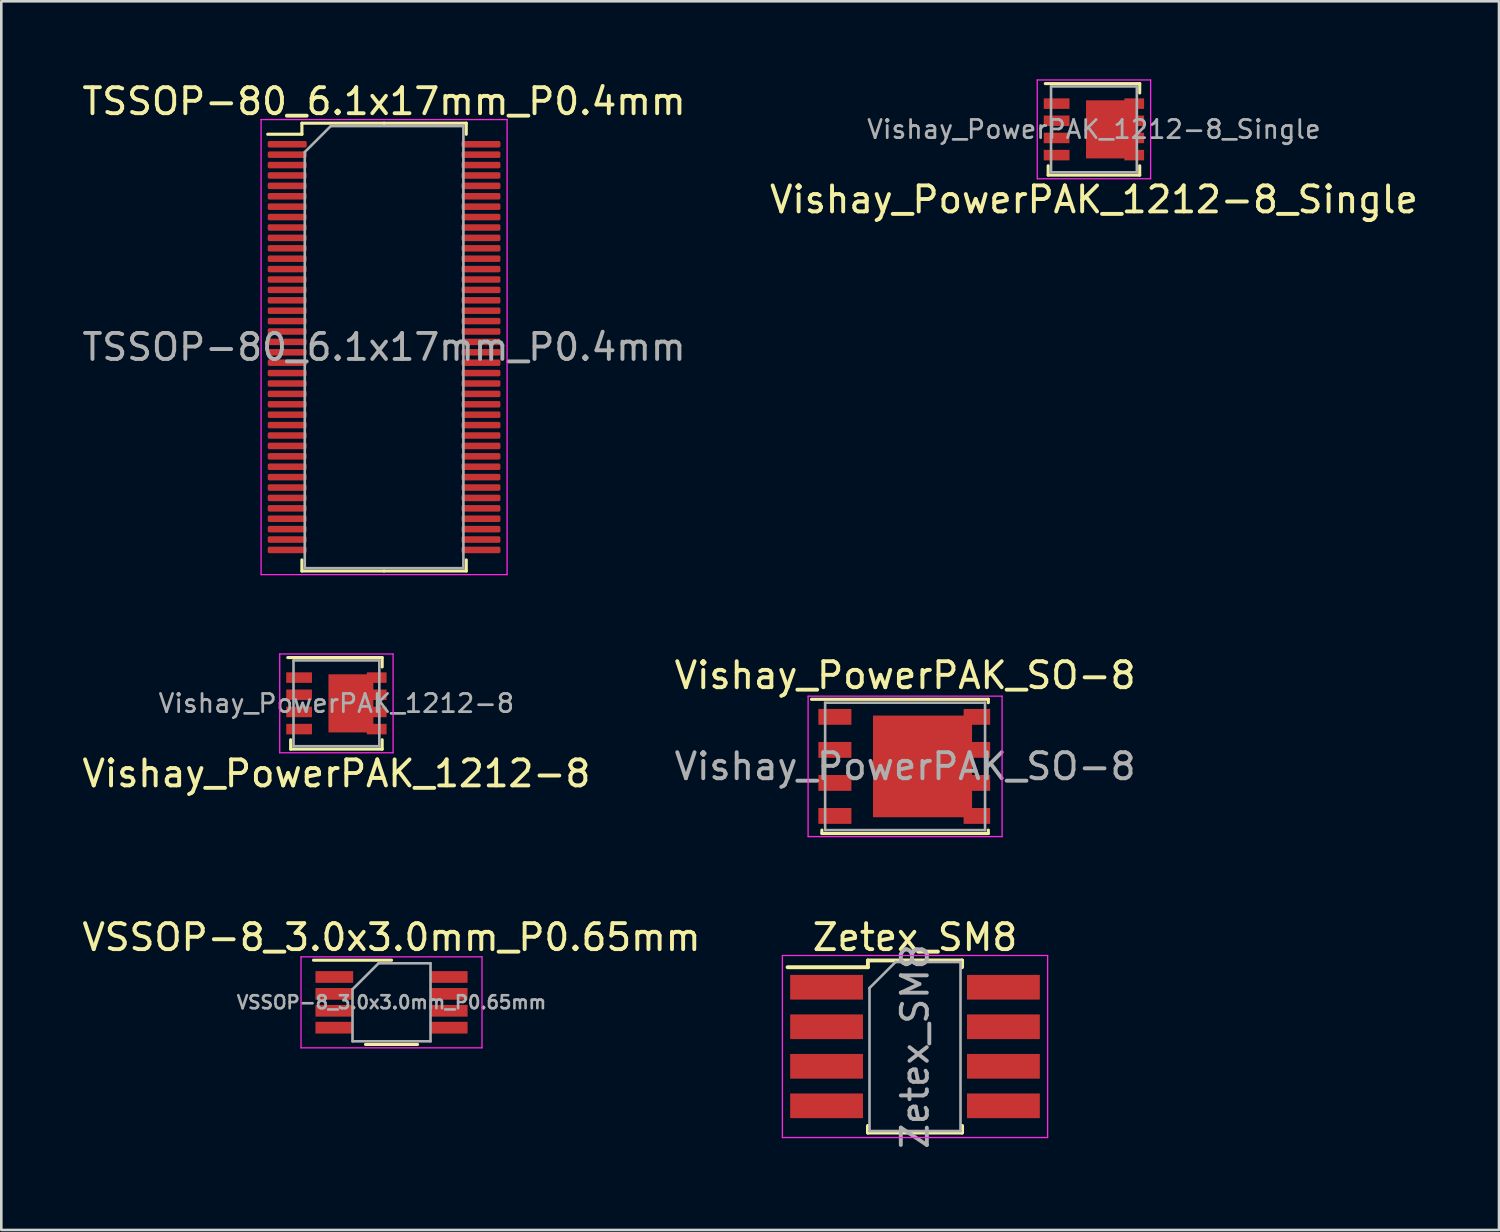
<source format=kicad_pcb>
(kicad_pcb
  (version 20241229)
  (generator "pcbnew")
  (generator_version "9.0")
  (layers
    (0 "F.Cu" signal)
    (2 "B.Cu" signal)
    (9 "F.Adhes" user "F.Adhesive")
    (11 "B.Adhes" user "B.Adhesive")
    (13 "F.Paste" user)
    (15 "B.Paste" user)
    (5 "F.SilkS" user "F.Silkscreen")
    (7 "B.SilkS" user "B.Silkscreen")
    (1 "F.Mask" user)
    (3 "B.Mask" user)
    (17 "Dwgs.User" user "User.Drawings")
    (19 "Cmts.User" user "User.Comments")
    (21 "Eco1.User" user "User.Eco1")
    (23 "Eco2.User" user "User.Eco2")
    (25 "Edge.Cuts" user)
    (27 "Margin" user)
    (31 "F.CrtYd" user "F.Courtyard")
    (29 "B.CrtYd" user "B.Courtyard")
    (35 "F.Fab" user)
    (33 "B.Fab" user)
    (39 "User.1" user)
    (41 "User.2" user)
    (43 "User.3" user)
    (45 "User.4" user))
  (footprint "Vishay_PowerPAK_1212-8_Single"
    (layer "F.Cu")
    (at 39.018 1.925)
    (property "Reference" "Vishay_PowerPAK_1212-8_Single" (at 0 2.7 0) (layer "F.SilkS") (effects (font (size 1 1) (thickness 0.15))))
    (attr smd)
    (fp_line (start -1.87 -1.76) (end 1.76 -1.76) (stroke (width 0.12) (type solid)) (layer "F.SilkS"))
    (fp_line (start -1.76 1.4) (end -1.76 1.76) (stroke (width 0.12) (type solid)) (layer "F.SilkS"))
    (fp_line (start -1.76 1.76) (end 1.76 1.76) (stroke (width 0.12) (type solid)) (layer "F.SilkS"))
    (fp_line (start 1.76 -1.76) (end 1.76 -1.4) (stroke (width 0.12) (type solid)) (layer "F.SilkS"))
    (fp_line (start 1.76 1.4) (end 1.76 1.76) (stroke (width 0.12) (type solid)) (layer "F.SilkS"))
    (fp_line (start -2.18 -1.9) (end -2.18 1.9) (stroke (width 0.05) (type solid)) (layer "F.CrtYd"))
    (fp_line (start -2.18 -1.9) (end 2.18 -1.9) (stroke (width 0.05) (type solid)) (layer "F.CrtYd"))
    (fp_line (start -2.18 1.9) (end 2.18 1.9) (stroke (width 0.05) (type solid)) (layer "F.CrtYd"))
    (fp_line (start 2.18 -1.9) (end 2.18 1.9) (stroke (width 0.05) (type solid)) (layer "F.CrtYd"))
    (fp_line (start -1.65 -1.65) (end -1.65 1.65) (stroke (width 0.1) (type solid)) (layer "F.Fab"))
    (fp_line (start -1.65 -1.65) (end 1.65 -1.65) (stroke (width 0.1) (type solid)) (layer "F.Fab"))
    (fp_line (start -1.65 1.65) (end 1.65 1.65) (stroke (width 0.1) (type solid)) (layer "F.Fab"))
    (fp_line (start 1.65 -1.65) (end 1.65 1.65) (stroke (width 0.1) (type solid)) (layer "F.Fab"))
    (fp_text user "${REFERENCE}" (at 0 0 0) (layer "F.Fab") (effects (font (size 0.7 0.7) (thickness 0.105))))
    (pad "1" smd rect (at -1.435 -0.99) (size 0.99 0.405) (layers "F.Cu" "F.Mask" "F.Paste"))
    (pad "2" smd rect (at -1.435 -0.33) (size 0.99 0.405) (layers "F.Cu" "F.Mask" "F.Paste"))
    (pad "3" smd rect (at -1.435 0.33) (size 0.99 0.405) (layers "F.Cu" "F.Mask" "F.Paste"))
    (pad "4" smd rect (at -1.435 0.99) (size 0.99 0.405) (layers "F.Cu" "F.Mask" "F.Paste"))
    (pad "5" smd custom (at 0.812 0) (size 1.725 2.235) (layers "F.Cu" "F.Mask" "F.Paste") (options (anchor rect)) (primitives (gr_poly (pts (xy -1.117 -1.117) (xy -1.117 1.117) (xy 0.357 1.117) (xy 0.357 1.192) (xy 1.117 1.192) (xy 1.117 0.787) (xy 0.608 0.787) (xy 0.608 0.532) (xy 1.117 0.532) (xy 1.117 0.128) (xy 0.608 0.128) (xy 0.608 -0.128) (xy 1.117 -0.128) (xy 1.117 -0.532) (xy 0.608 -0.532) (xy 0.608 -0.787) (xy 1.117 -0.787) (xy 1.117 -1.192) (xy 0.357 -1.192) (xy 0.357 -1.117)) (width 0) (fill yes)))))
  (footprint "Vishay_PowerPAK_1212-8"
    (layer "F.Cu")
    (at 9.887 23.998)
    (property "Reference" "Vishay_PowerPAK_1212-8" (at 0 2.7 0) (layer "F.SilkS") (effects (font (size 1 1) (thickness 0.15))))
    (attr smd)
    (fp_line (start -1.87 -1.76) (end 1.76 -1.76) (stroke (width 0.12) (type solid)) (layer "F.SilkS"))
    (fp_line (start -1.76 1.4) (end -1.76 1.76) (stroke (width 0.12) (type solid)) (layer "F.SilkS"))
    (fp_line (start -1.76 1.76) (end 1.76 1.76) (stroke (width 0.12) (type solid)) (layer "F.SilkS"))
    (fp_line (start 1.76 -1.76) (end 1.76 -1.4) (stroke (width 0.12) (type solid)) (layer "F.SilkS"))
    (fp_line (start 1.76 1.4) (end 1.76 1.76) (stroke (width 0.12) (type solid)) (layer "F.SilkS"))
    (fp_line (start -2.18 -1.9) (end -2.18 1.9) (stroke (width 0.05) (type solid)) (layer "F.CrtYd"))
    (fp_line (start -2.18 -1.9) (end 2.18 -1.9) (stroke (width 0.05) (type solid)) (layer "F.CrtYd"))
    (fp_line (start -2.18 1.9) (end 2.18 1.9) (stroke (width 0.05) (type solid)) (layer "F.CrtYd"))
    (fp_line (start 2.18 -1.9) (end 2.18 1.9) (stroke (width 0.05) (type solid)) (layer "F.CrtYd"))
    (fp_line (start -1.65 -1.65) (end -1.65 1.65) (stroke (width 0.1) (type solid)) (layer "F.Fab"))
    (fp_line (start -1.65 -1.65) (end 1.65 -1.65) (stroke (width 0.1) (type solid)) (layer "F.Fab"))
    (fp_line (start -1.65 1.65) (end 1.65 1.65) (stroke (width 0.1) (type solid)) (layer "F.Fab"))
    (fp_line (start 1.65 -1.65) (end 1.65 1.65) (stroke (width 0.1) (type solid)) (layer "F.Fab"))
    (fp_text user "${REFERENCE}" (at 0 0 0) (layer "F.Fab") (effects (font (size 0.7 0.7) (thickness 0.105))))
    (pad "1" smd rect (at -1.435 -0.99) (size 0.99 0.405) (layers "F.Cu" "F.Mask" "F.Paste"))
    (pad "2" smd rect (at -1.435 -0.33) (size 0.99 0.405) (layers "F.Cu" "F.Mask" "F.Paste"))
    (pad "3" smd rect (at -1.435 0.33) (size 0.99 0.405) (layers "F.Cu" "F.Mask" "F.Paste"))
    (pad "4" smd rect (at -1.435 0.99) (size 0.99 0.405) (layers "F.Cu" "F.Mask" "F.Paste"))
    (pad "5" smd rect (at 0.557 0) (size 1.725 2.235) (layers "F.Cu" "F.Mask" "F.Paste"))
    (pad "5" smd rect (at 1.55 -0.99) (size 0.76 0.405) (layers "F.Cu" "F.Mask" "F.Paste"))
    (pad "5" smd rect (at 1.55 -0.33) (size 0.76 0.405) (layers "F.Cu" "F.Mask" "F.Paste"))
    (pad "5" smd rect (at 1.55 0.33) (size 0.76 0.405) (layers "F.Cu" "F.Mask" "F.Paste"))
    (pad "5" smd rect (at 1.55 0.99) (size 0.76 0.405) (layers "F.Cu" "F.Mask" "F.Paste")))
  (footprint "Zetex_SM8"
    (layer "F.Cu")
    (at 32.137 37.195)
    (property "Reference" "Zetex_SM8" (at 0 -4.2 0) (layer "F.SilkS") (effects (font (size 1 1) (thickness 0.15))))
    (attr smd)
    (fp_line (start -1.81 -3.31) (end -1.81 -3.05) (stroke (width 0.15) (type solid)) (layer "F.SilkS"))
    (fp_line (start -1.81 -3.31) (end 1.81 -3.31) (stroke (width 0.15) (type solid)) (layer "F.SilkS"))
    (fp_line (start -1.81 -3.05) (end -4.9 -3.05) (stroke (width 0.15) (type solid)) (layer "F.SilkS"))
    (fp_line (start -1.81 3.31) (end -1.81 3.05) (stroke (width 0.15) (type solid)) (layer "F.SilkS"))
    (fp_line (start -1.81 3.31) (end 1.81 3.31) (stroke (width 0.15) (type solid)) (layer "F.SilkS"))
    (fp_line (start 1.81 -3.31) (end 1.81 -3.05) (stroke (width 0.15) (type solid)) (layer "F.SilkS"))
    (fp_line (start 1.81 3.31) (end 1.81 3.05) (stroke (width 0.15) (type solid)) (layer "F.SilkS"))
    (fp_line (start -5.1 -3.5) (end -5.1 3.5) (stroke (width 0.05) (type solid)) (layer "F.CrtYd"))
    (fp_line (start -5.1 -3.5) (end 5.1 -3.5) (stroke (width 0.05) (type solid)) (layer "F.CrtYd"))
    (fp_line (start -5.1 3.5) (end 5.1 3.5) (stroke (width 0.05) (type solid)) (layer "F.CrtYd"))
    (fp_line (start 5.1 -3.5) (end 5.1 3.5) (stroke (width 0.05) (type solid)) (layer "F.CrtYd"))
    (fp_line (start -1.75 -2.25) (end -0.75 -3.25) (stroke (width 0.1) (type solid)) (layer "F.Fab"))
    (fp_line (start -1.75 3.25) (end -1.75 -2.25) (stroke (width 0.1) (type solid)) (layer "F.Fab"))
    (fp_line (start -0.75 -3.25) (end 1.75 -3.25) (stroke (width 0.1) (type solid)) (layer "F.Fab"))
    (fp_line (start 1.75 -3.25) (end 1.75 3.25) (stroke (width 0.1) (type solid)) (layer "F.Fab"))
    (fp_line (start 1.75 3.25) (end -1.75 3.25) (stroke (width 0.1) (type solid)) (layer "F.Fab"))
    (fp_text user "${REFERENCE}" (at 0 0 90) (layer "F.Fab") (effects (font (size 1 1) (thickness 0.15))))
    (pad "1" smd rect (at -3.4 -2.28) (size 2.8 0.95) (layers "F.Cu" "F.Mask" "F.Paste"))
    (pad "2" smd rect (at -3.4 -0.76) (size 2.8 0.95) (layers "F.Cu" "F.Mask" "F.Paste"))
    (pad "3" smd rect (at -3.4 0.76) (size 2.8 0.95) (layers "F.Cu" "F.Mask" "F.Paste"))
    (pad "4" smd rect (at -3.4 2.28) (size 2.8 0.95) (layers "F.Cu" "F.Mask" "F.Paste"))
    (pad "5" smd rect (at 3.4 2.28) (size 2.8 0.95) (layers "F.Cu" "F.Mask" "F.Paste"))
    (pad "6" smd rect (at 3.4 0.76) (size 2.8 0.95) (layers "F.Cu" "F.Mask" "F.Paste"))
    (pad "7" smd rect (at 3.4 -0.76) (size 2.8 0.95) (layers "F.Cu" "F.Mask" "F.Paste"))
    (pad "8" smd rect (at 3.4 -2.28) (size 2.8 0.95) (layers "F.Cu" "F.Mask" "F.Paste")))
  (footprint "Vishay_PowerPAK_SO-8"
    (layer "F.Cu")
    (at 31.756 26.422)
    (property "Reference" "Vishay_PowerPAK_SO-8" (at 0 -3.5 0) (layer "F.SilkS") (effects (font (size 1 1) (thickness 0.15))))
    (attr smd)
    (fp_line (start -3.6 -2.58) (end 3.2 -2.58) (stroke (width 0.12) (type solid)) (layer "F.SilkS"))
    (fp_line (start -3.2 2.575) (end -3.2 2.45) (stroke (width 0.12) (type solid)) (layer "F.SilkS"))
    (fp_line (start -3.2 2.58) (end 3.2 2.58) (stroke (width 0.12) (type solid)) (layer "F.SilkS"))
    (fp_line (start 3.2 -2.58) (end 3.2 -2.45) (stroke (width 0.12) (type solid)) (layer "F.SilkS"))
    (fp_line (start 3.2 2.575) (end 3.2 2.45) (stroke (width 0.12) (type solid)) (layer "F.SilkS"))
    (fp_line (start -3.73 -2.7) (end -3.73 2.7) (stroke (width 0.05) (type solid)) (layer "F.CrtYd"))
    (fp_line (start -3.73 -2.7) (end 3.73 -2.7) (stroke (width 0.05) (type solid)) (layer "F.CrtYd"))
    (fp_line (start -3.73 2.7) (end 3.73 2.7) (stroke (width 0.05) (type solid)) (layer "F.CrtYd"))
    (fp_line (start 3.73 -2.7) (end 3.73 2.7) (stroke (width 0.05) (type solid)) (layer "F.CrtYd"))
    (fp_line (start -3.075 -2.45) (end -3.075 2.45) (stroke (width 0.1) (type solid)) (layer "F.Fab"))
    (fp_line (start -3.075 -2.45) (end 3.075 -2.45) (stroke (width 0.1) (type solid)) (layer "F.Fab"))
    (fp_line (start 3.075 -2.45) (end 3.075 2.45) (stroke (width 0.1) (type solid)) (layer "F.Fab"))
    (fp_line (start 3.075 2.45) (end -3.075 2.45) (stroke (width 0.1) (type solid)) (layer "F.Fab"))
    (fp_text user "${REFERENCE}" (at 0 0 0) (layer "F.Fab") (effects (font (size 1 1) (thickness 0.15))))
    (pad "" smd rect (at 0.67 0) (size 3.81 3.91) (layers "F.Cu" "F.Mask" "F.Paste"))
    (pad "1" smd rect (at -2.7 -1.905) (size 1.27 0.61) (layers "F.Cu" "F.Mask" "F.Paste"))
    (pad "2" smd rect (at -2.7 -0.635) (size 1.27 0.61) (layers "F.Cu" "F.Mask" "F.Paste"))
    (pad "3" smd rect (at -2.7 0.635) (size 1.27 0.61) (layers "F.Cu" "F.Mask" "F.Paste"))
    (pad "4" smd rect (at -2.7 1.905) (size 1.27 0.61) (layers "F.Cu" "F.Mask" "F.Paste"))
    (pad "5" smd rect (at 2.76 1.905) (size 1.02 0.61) (layers "F.Cu" "F.Mask" "F.Paste"))
    (pad "6" smd rect (at 2.76 0.635) (size 1.02 0.61) (layers "F.Cu" "F.Mask" "F.Paste"))
    (pad "7" smd rect (at 2.76 -0.635) (size 1.02 0.61) (layers "F.Cu" "F.Mask" "F.Paste"))
    (pad "8" smd rect (at 2.76 -1.905) (size 1.02 0.61) (layers "F.Cu" "F.Mask" "F.Paste")))
  (footprint "VSSOP-8_3.0x3.0mm_P0.65mm"
    (layer "F.Cu")
    (at 12.006 35.495)
    (property "Reference" "VSSOP-8_3.0x3.0mm_P0.65mm" (at 0 -2.5 0) (layer "F.SilkS") (effects (font (size 1 1) (thickness 0.15))))
    (attr smd)
    (fp_line (start 0 -1.62) (end -3 -1.62) (stroke (width 0.12) (type solid)) (layer "F.SilkS"))
    (fp_line (start 1 1.62) (end -1 1.62) (stroke (width 0.12) (type solid)) (layer "F.SilkS"))
    (fp_line (start -3.48 -1.75) (end 3.48 -1.75) (stroke (width 0.05) (type solid)) (layer "F.CrtYd"))
    (fp_line (start -3.48 1.75) (end -3.48 -1.75) (stroke (width 0.05) (type solid)) (layer "F.CrtYd"))
    (fp_line (start 3.48 -1.75) (end 3.48 1.75) (stroke (width 0.05) (type solid)) (layer "F.CrtYd"))
    (fp_line (start 3.48 1.75) (end -3.48 1.75) (stroke (width 0.05) (type solid)) (layer "F.CrtYd"))
    (fp_line (start -1.5 1.5) (end -1.5 -0.5) (stroke (width 0.1) (type solid)) (layer "F.Fab"))
    (fp_line (start -0.5 -1.5) (end -1.5 -0.5) (stroke (width 0.1) (type solid)) (layer "F.Fab"))
    (fp_line (start -0.5 -1.5) (end 1.5 -1.5) (stroke (width 0.1) (type solid)) (layer "F.Fab"))
    (fp_line (start 1.5 -1.5) (end 1.5 1.5) (stroke (width 0.1) (type solid)) (layer "F.Fab"))
    (fp_line (start 1.5 1.5) (end -1.5 1.5) (stroke (width 0.1) (type solid)) (layer "F.Fab"))
    (fp_text user "${REFERENCE}" (at 0 0 0) (layer "F.Fab") (effects (font (size 0.5 0.5) (thickness 0.1))))
    (pad "1" smd rect (at -2.2 -0.975 270) (size 0.45 1.45) (layers "F.Cu" "F.Mask" "F.Paste"))
    (pad "2" smd rect (at -2.2 -0.325 270) (size 0.45 1.45) (layers "F.Cu" "F.Mask" "F.Paste"))
    (pad "3" smd rect (at -2.2 0.325 270) (size 0.45 1.45) (layers "F.Cu" "F.Mask" "F.Paste"))
    (pad "4" smd rect (at -2.2 0.975 270) (size 0.45 1.45) (layers "F.Cu" "F.Mask" "F.Paste"))
    (pad "5" smd rect (at 2.2 0.975 270) (size 0.45 1.45) (layers "F.Cu" "F.Mask" "F.Paste"))
    (pad "6" smd rect (at 2.2 0.325 270) (size 0.45 1.45) (layers "F.Cu" "F.Mask" "F.Paste"))
    (pad "7" smd rect (at 2.2 -0.325 270) (size 0.45 1.45) (layers "F.Cu" "F.Mask" "F.Paste"))
    (pad "8" smd rect (at 2.2 -0.975 270) (size 0.45 1.45) (layers "F.Cu" "F.Mask" "F.Paste")))
  (footprint "TSSOP-80_6.1x17mm_P0.4mm"
    (layer "F.Cu")
    (at 11.72 10.298)
    (property "Reference" "TSSOP-80_6.1x17mm_P0.4mm" (at 0 -9.45 0) (layer "F.SilkS") (effects (font (size 1 1) (thickness 0.15))))
    (attr smd)
    (fp_line (start -3.16 -8.61) (end -3.16 -8.185) (stroke (width 0.12) (type solid)) (layer "F.SilkS"))
    (fp_line (start -3.16 -8.185) (end -4.475 -8.185) (stroke (width 0.12) (type solid)) (layer "F.SilkS"))
    (fp_line (start -3.16 8.61) (end -3.16 8.185) (stroke (width 0.12) (type solid)) (layer "F.SilkS"))
    (fp_line (start 0 -8.61) (end -3.16 -8.61) (stroke (width 0.12) (type solid)) (layer "F.SilkS"))
    (fp_line (start 0 -8.61) (end 3.16 -8.61) (stroke (width 0.12) (type solid)) (layer "F.SilkS"))
    (fp_line (start 0 8.61) (end -3.16 8.61) (stroke (width 0.12) (type solid)) (layer "F.SilkS"))
    (fp_line (start 0 8.61) (end 3.16 8.61) (stroke (width 0.12) (type solid)) (layer "F.SilkS"))
    (fp_line (start 3.16 -8.61) (end 3.16 -8.185) (stroke (width 0.12) (type solid)) (layer "F.SilkS"))
    (fp_line (start 3.16 8.61) (end 3.16 8.185) (stroke (width 0.12) (type solid)) (layer "F.SilkS"))
    (fp_line (start -4.73 -8.75) (end -4.73 8.75) (stroke (width 0.05) (type solid)) (layer "F.CrtYd"))
    (fp_line (start -4.73 8.75) (end 4.73 8.75) (stroke (width 0.05) (type solid)) (layer "F.CrtYd"))
    (fp_line (start 4.73 -8.75) (end -4.73 -8.75) (stroke (width 0.05) (type solid)) (layer "F.CrtYd"))
    (fp_line (start 4.73 8.75) (end 4.73 -8.75) (stroke (width 0.05) (type solid)) (layer "F.CrtYd"))
    (fp_line (start -3.05 -7.5) (end -2.05 -8.5) (stroke (width 0.1) (type solid)) (layer "F.Fab"))
    (fp_line (start -3.05 8.5) (end -3.05 -7.5) (stroke (width 0.1) (type solid)) (layer "F.Fab"))
    (fp_line (start -2.05 -8.5) (end 3.05 -8.5) (stroke (width 0.1) (type solid)) (layer "F.Fab"))
    (fp_line (start 3.05 -8.5) (end 3.05 8.5) (stroke (width 0.1) (type solid)) (layer "F.Fab"))
    (fp_line (start 3.05 8.5) (end -3.05 8.5) (stroke (width 0.1) (type solid)) (layer "F.Fab"))
    (fp_text user "${REFERENCE}" (at 0 0 0) (layer "F.Fab") (effects (font (size 1 1) (thickness 0.15))))
    (pad "1" smd roundrect (at -3.725 -7.8) (size 1.5 0.25) (layers "F.Cu" "F.Mask" "F.Paste") (roundrect_rratio 0.25))
    (pad "2" smd roundrect (at -3.725 -7.4) (size 1.5 0.25) (layers "F.Cu" "F.Mask" "F.Paste") (roundrect_rratio 0.25))
    (pad "3" smd roundrect (at -3.725 -7) (size 1.5 0.25) (layers "F.Cu" "F.Mask" "F.Paste") (roundrect_rratio 0.25))
    (pad "4" smd roundrect (at -3.725 -6.6) (size 1.5 0.25) (layers "F.Cu" "F.Mask" "F.Paste") (roundrect_rratio 0.25))
    (pad "5" smd roundrect (at -3.725 -6.2) (size 1.5 0.25) (layers "F.Cu" "F.Mask" "F.Paste") (roundrect_rratio 0.25))
    (pad "6" smd roundrect (at -3.725 -5.8) (size 1.5 0.25) (layers "F.Cu" "F.Mask" "F.Paste") (roundrect_rratio 0.25))
    (pad "7" smd roundrect (at -3.725 -5.4) (size 1.5 0.25) (layers "F.Cu" "F.Mask" "F.Paste") (roundrect_rratio 0.25))
    (pad "8" smd roundrect (at -3.725 -5) (size 1.5 0.25) (layers "F.Cu" "F.Mask" "F.Paste") (roundrect_rratio 0.25))
    (pad "9" smd roundrect (at -3.725 -4.6) (size 1.5 0.25) (layers "F.Cu" "F.Mask" "F.Paste") (roundrect_rratio 0.25))
    (pad "10" smd roundrect (at -3.725 -4.2) (size 1.5 0.25) (layers "F.Cu" "F.Mask" "F.Paste") (roundrect_rratio 0.25))
    (pad "11" smd roundrect (at -3.725 -3.8) (size 1.5 0.25) (layers "F.Cu" "F.Mask" "F.Paste") (roundrect_rratio 0.25))
    (pad "12" smd roundrect (at -3.725 -3.4) (size 1.5 0.25) (layers "F.Cu" "F.Mask" "F.Paste") (roundrect_rratio 0.25))
    (pad "13" smd roundrect (at -3.725 -3) (size 1.5 0.25) (layers "F.Cu" "F.Mask" "F.Paste") (roundrect_rratio 0.25))
    (pad "14" smd roundrect (at -3.725 -2.6) (size 1.5 0.25) (layers "F.Cu" "F.Mask" "F.Paste") (roundrect_rratio 0.25))
    (pad "15" smd roundrect (at -3.725 -2.2) (size 1.5 0.25) (layers "F.Cu" "F.Mask" "F.Paste") (roundrect_rratio 0.25))
    (pad "16" smd roundrect (at -3.725 -1.8) (size 1.5 0.25) (layers "F.Cu" "F.Mask" "F.Paste") (roundrect_rratio 0.25))
    (pad "17" smd roundrect (at -3.725 -1.4) (size 1.5 0.25) (layers "F.Cu" "F.Mask" "F.Paste") (roundrect_rratio 0.25))
    (pad "18" smd roundrect (at -3.725 -1) (size 1.5 0.25) (layers "F.Cu" "F.Mask" "F.Paste") (roundrect_rratio 0.25))
    (pad "19" smd roundrect (at -3.725 -0.6) (size 1.5 0.25) (layers "F.Cu" "F.Mask" "F.Paste") (roundrect_rratio 0.25))
    (pad "20" smd roundrect (at -3.725 -0.2) (size 1.5 0.25) (layers "F.Cu" "F.Mask" "F.Paste") (roundrect_rratio 0.25))
    (pad "21" smd roundrect (at -3.725 0.2) (size 1.5 0.25) (layers "F.Cu" "F.Mask" "F.Paste") (roundrect_rratio 0.25))
    (pad "22" smd roundrect (at -3.725 0.6) (size 1.5 0.25) (layers "F.Cu" "F.Mask" "F.Paste") (roundrect_rratio 0.25))
    (pad "23" smd roundrect (at -3.725 1) (size 1.5 0.25) (layers "F.Cu" "F.Mask" "F.Paste") (roundrect_rratio 0.25))
    (pad "24" smd roundrect (at -3.725 1.4) (size 1.5 0.25) (layers "F.Cu" "F.Mask" "F.Paste") (roundrect_rratio 0.25))
    (pad "25" smd roundrect (at -3.725 1.8) (size 1.5 0.25) (layers "F.Cu" "F.Mask" "F.Paste") (roundrect_rratio 0.25))
    (pad "26" smd roundrect (at -3.725 2.2) (size 1.5 0.25) (layers "F.Cu" "F.Mask" "F.Paste") (roundrect_rratio 0.25))
    (pad "27" smd roundrect (at -3.725 2.6) (size 1.5 0.25) (layers "F.Cu" "F.Mask" "F.Paste") (roundrect_rratio 0.25))
    (pad "28" smd roundrect (at -3.725 3) (size 1.5 0.25) (layers "F.Cu" "F.Mask" "F.Paste") (roundrect_rratio 0.25))
    (pad "29" smd roundrect (at -3.725 3.4) (size 1.5 0.25) (layers "F.Cu" "F.Mask" "F.Paste") (roundrect_rratio 0.25))
    (pad "30" smd roundrect (at -3.725 3.8) (size 1.5 0.25) (layers "F.Cu" "F.Mask" "F.Paste") (roundrect_rratio 0.25))
    (pad "31" smd roundrect (at -3.725 4.2) (size 1.5 0.25) (layers "F.Cu" "F.Mask" "F.Paste") (roundrect_rratio 0.25))
    (pad "32" smd roundrect (at -3.725 4.6) (size 1.5 0.25) (layers "F.Cu" "F.Mask" "F.Paste") (roundrect_rratio 0.25))
    (pad "33" smd roundrect (at -3.725 5) (size 1.5 0.25) (layers "F.Cu" "F.Mask" "F.Paste") (roundrect_rratio 0.25))
    (pad "34" smd roundrect (at -3.725 5.4) (size 1.5 0.25) (layers "F.Cu" "F.Mask" "F.Paste") (roundrect_rratio 0.25))
    (pad "35" smd roundrect (at -3.725 5.8) (size 1.5 0.25) (layers "F.Cu" "F.Mask" "F.Paste") (roundrect_rratio 0.25))
    (pad "36" smd roundrect (at -3.725 6.2) (size 1.5 0.25) (layers "F.Cu" "F.Mask" "F.Paste") (roundrect_rratio 0.25))
    (pad "37" smd roundrect (at -3.725 6.6) (size 1.5 0.25) (layers "F.Cu" "F.Mask" "F.Paste") (roundrect_rratio 0.25))
    (pad "38" smd roundrect (at -3.725 7) (size 1.5 0.25) (layers "F.Cu" "F.Mask" "F.Paste") (roundrect_rratio 0.25))
    (pad "39" smd roundrect (at -3.725 7.4) (size 1.5 0.25) (layers "F.Cu" "F.Mask" "F.Paste") (roundrect_rratio 0.25))
    (pad "40" smd roundrect (at -3.725 7.8) (size 1.5 0.25) (layers "F.Cu" "F.Mask" "F.Paste") (roundrect_rratio 0.25))
    (pad "41" smd roundrect (at 3.725 7.8) (size 1.5 0.25) (layers "F.Cu" "F.Mask" "F.Paste") (roundrect_rratio 0.25))
    (pad "42" smd roundrect (at 3.725 7.4) (size 1.5 0.25) (layers "F.Cu" "F.Mask" "F.Paste") (roundrect_rratio 0.25))
    (pad "43" smd roundrect (at 3.725 7) (size 1.5 0.25) (layers "F.Cu" "F.Mask" "F.Paste") (roundrect_rratio 0.25))
    (pad "44" smd roundrect (at 3.725 6.6) (size 1.5 0.25) (layers "F.Cu" "F.Mask" "F.Paste") (roundrect_rratio 0.25))
    (pad "45" smd roundrect (at 3.725 6.2) (size 1.5 0.25) (layers "F.Cu" "F.Mask" "F.Paste") (roundrect_rratio 0.25))
    (pad "46" smd roundrect (at 3.725 5.8) (size 1.5 0.25) (layers "F.Cu" "F.Mask" "F.Paste") (roundrect_rratio 0.25))
    (pad "47" smd roundrect (at 3.725 5.4) (size 1.5 0.25) (layers "F.Cu" "F.Mask" "F.Paste") (roundrect_rratio 0.25))
    (pad "48" smd roundrect (at 3.725 5) (size 1.5 0.25) (layers "F.Cu" "F.Mask" "F.Paste") (roundrect_rratio 0.25))
    (pad "49" smd roundrect (at 3.725 4.6) (size 1.5 0.25) (layers "F.Cu" "F.Mask" "F.Paste") (roundrect_rratio 0.25))
    (pad "50" smd roundrect (at 3.725 4.2) (size 1.5 0.25) (layers "F.Cu" "F.Mask" "F.Paste") (roundrect_rratio 0.25))
    (pad "51" smd roundrect (at 3.725 3.8) (size 1.5 0.25) (layers "F.Cu" "F.Mask" "F.Paste") (roundrect_rratio 0.25))
    (pad "52" smd roundrect (at 3.725 3.4) (size 1.5 0.25) (layers "F.Cu" "F.Mask" "F.Paste") (roundrect_rratio 0.25))
    (pad "53" smd roundrect (at 3.725 3) (size 1.5 0.25) (layers "F.Cu" "F.Mask" "F.Paste") (roundrect_rratio 0.25))
    (pad "54" smd roundrect (at 3.725 2.6) (size 1.5 0.25) (layers "F.Cu" "F.Mask" "F.Paste") (roundrect_rratio 0.25))
    (pad "55" smd roundrect (at 3.725 2.2) (size 1.5 0.25) (layers "F.Cu" "F.Mask" "F.Paste") (roundrect_rratio 0.25))
    (pad "56" smd roundrect (at 3.725 1.8) (size 1.5 0.25) (layers "F.Cu" "F.Mask" "F.Paste") (roundrect_rratio 0.25))
    (pad "57" smd roundrect (at 3.725 1.4) (size 1.5 0.25) (layers "F.Cu" "F.Mask" "F.Paste") (roundrect_rratio 0.25))
    (pad "58" smd roundrect (at 3.725 1) (size 1.5 0.25) (layers "F.Cu" "F.Mask" "F.Paste") (roundrect_rratio 0.25))
    (pad "59" smd roundrect (at 3.725 0.6) (size 1.5 0.25) (layers "F.Cu" "F.Mask" "F.Paste") (roundrect_rratio 0.25))
    (pad "60" smd roundrect (at 3.725 0.2) (size 1.5 0.25) (layers "F.Cu" "F.Mask" "F.Paste") (roundrect_rratio 0.25))
    (pad "61" smd roundrect (at 3.725 -0.2) (size 1.5 0.25) (layers "F.Cu" "F.Mask" "F.Paste") (roundrect_rratio 0.25))
    (pad "62" smd roundrect (at 3.725 -0.6) (size 1.5 0.25) (layers "F.Cu" "F.Mask" "F.Paste") (roundrect_rratio 0.25))
    (pad "63" smd roundrect (at 3.725 -1) (size 1.5 0.25) (layers "F.Cu" "F.Mask" "F.Paste") (roundrect_rratio 0.25))
    (pad "64" smd roundrect (at 3.725 -1.4) (size 1.5 0.25) (layers "F.Cu" "F.Mask" "F.Paste") (roundrect_rratio 0.25))
    (pad "65" smd roundrect (at 3.725 -1.8) (size 1.5 0.25) (layers "F.Cu" "F.Mask" "F.Paste") (roundrect_rratio 0.25))
    (pad "66" smd roundrect (at 3.725 -2.2) (size 1.5 0.25) (layers "F.Cu" "F.Mask" "F.Paste") (roundrect_rratio 0.25))
    (pad "67" smd roundrect (at 3.725 -2.6) (size 1.5 0.25) (layers "F.Cu" "F.Mask" "F.Paste") (roundrect_rratio 0.25))
    (pad "68" smd roundrect (at 3.725 -3) (size 1.5 0.25) (layers "F.Cu" "F.Mask" "F.Paste") (roundrect_rratio 0.25))
    (pad "69" smd roundrect (at 3.725 -3.4) (size 1.5 0.25) (layers "F.Cu" "F.Mask" "F.Paste") (roundrect_rratio 0.25))
    (pad "70" smd roundrect (at 3.725 -3.8) (size 1.5 0.25) (layers "F.Cu" "F.Mask" "F.Paste") (roundrect_rratio 0.25))
    (pad "71" smd roundrect (at 3.725 -4.2) (size 1.5 0.25) (layers "F.Cu" "F.Mask" "F.Paste") (roundrect_rratio 0.25))
    (pad "72" smd roundrect (at 3.725 -4.6) (size 1.5 0.25) (layers "F.Cu" "F.Mask" "F.Paste") (roundrect_rratio 0.25))
    (pad "73" smd roundrect (at 3.725 -5) (size 1.5 0.25) (layers "F.Cu" "F.Mask" "F.Paste") (roundrect_rratio 0.25))
    (pad "74" smd roundrect (at 3.725 -5.4) (size 1.5 0.25) (layers "F.Cu" "F.Mask" "F.Paste") (roundrect_rratio 0.25))
    (pad "75" smd roundrect (at 3.725 -5.8) (size 1.5 0.25) (layers "F.Cu" "F.Mask" "F.Paste") (roundrect_rratio 0.25))
    (pad "76" smd roundrect (at 3.725 -6.2) (size 1.5 0.25) (layers "F.Cu" "F.Mask" "F.Paste") (roundrect_rratio 0.25))
    (pad "77" smd roundrect (at 3.725 -6.6) (size 1.5 0.25) (layers "F.Cu" "F.Mask" "F.Paste") (roundrect_rratio 0.25))
    (pad "78" smd roundrect (at 3.725 -7) (size 1.5 0.25) (layers "F.Cu" "F.Mask" "F.Paste") (roundrect_rratio 0.25))
    (pad "79" smd roundrect (at 3.725 -7.4) (size 1.5 0.25) (layers "F.Cu" "F.Mask" "F.Paste") (roundrect_rratio 0.25))
    (pad "80" smd roundrect (at 3.725 -7.8) (size 1.5 0.25) (layers "F.Cu" "F.Mask" "F.Paste") (roundrect_rratio 0.25)))
  (gr_rect
    (start -3 -3)
    (end 54.595 44.248)
    (stroke (width 0.1) (type default))
    (fill no)
    (layer "Edge.Cuts")))
</source>
